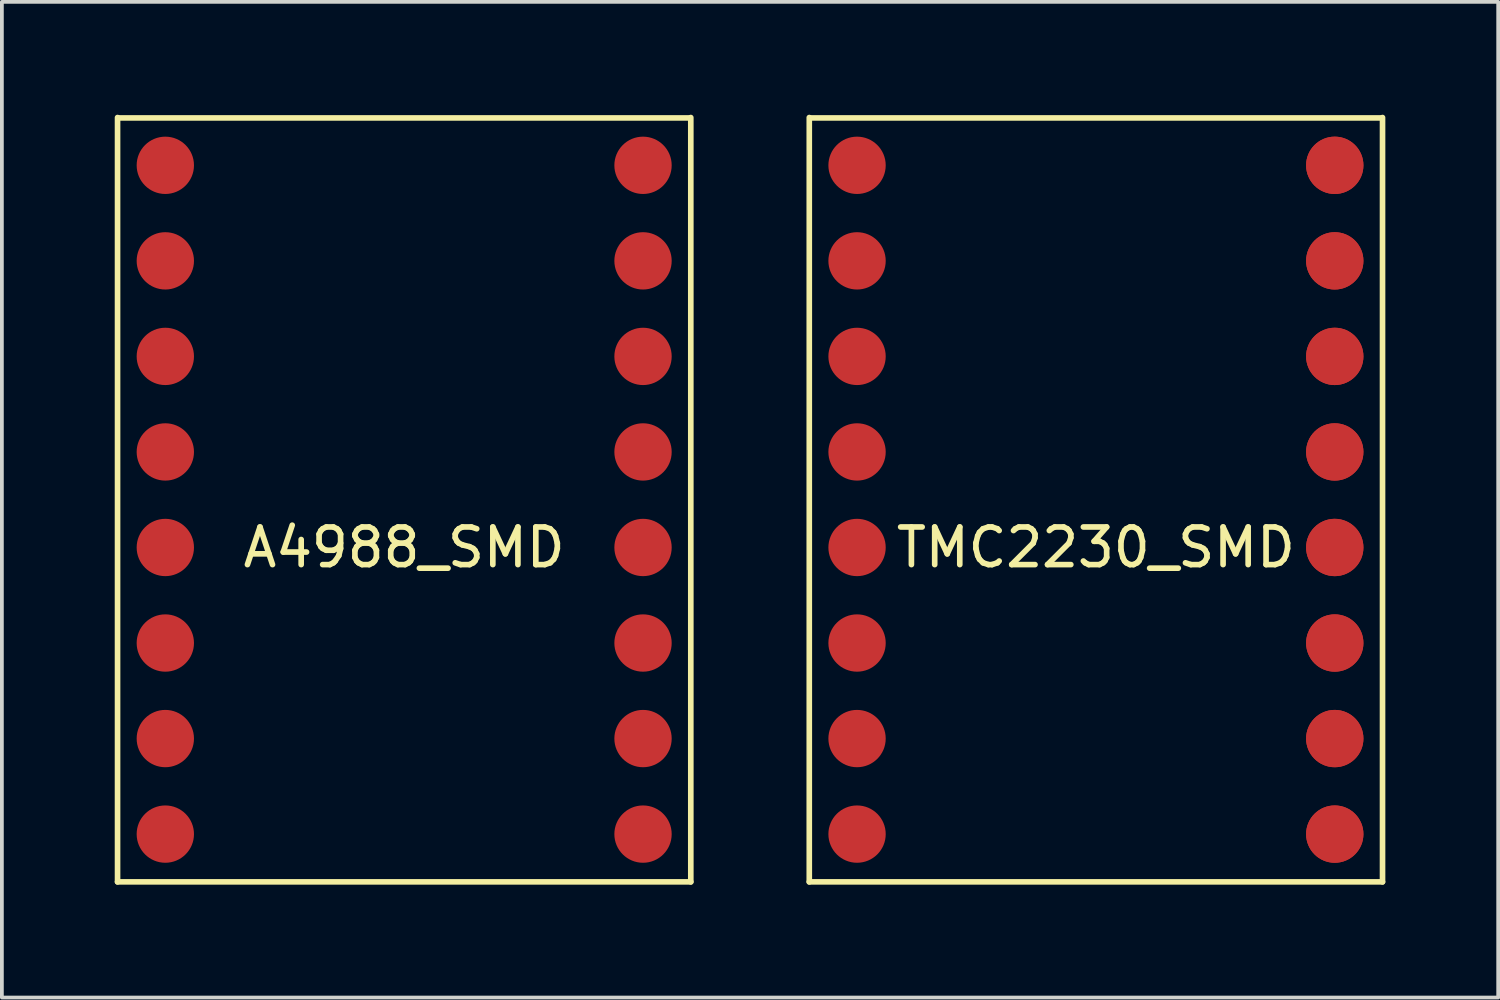
<source format=kicad_pcb>
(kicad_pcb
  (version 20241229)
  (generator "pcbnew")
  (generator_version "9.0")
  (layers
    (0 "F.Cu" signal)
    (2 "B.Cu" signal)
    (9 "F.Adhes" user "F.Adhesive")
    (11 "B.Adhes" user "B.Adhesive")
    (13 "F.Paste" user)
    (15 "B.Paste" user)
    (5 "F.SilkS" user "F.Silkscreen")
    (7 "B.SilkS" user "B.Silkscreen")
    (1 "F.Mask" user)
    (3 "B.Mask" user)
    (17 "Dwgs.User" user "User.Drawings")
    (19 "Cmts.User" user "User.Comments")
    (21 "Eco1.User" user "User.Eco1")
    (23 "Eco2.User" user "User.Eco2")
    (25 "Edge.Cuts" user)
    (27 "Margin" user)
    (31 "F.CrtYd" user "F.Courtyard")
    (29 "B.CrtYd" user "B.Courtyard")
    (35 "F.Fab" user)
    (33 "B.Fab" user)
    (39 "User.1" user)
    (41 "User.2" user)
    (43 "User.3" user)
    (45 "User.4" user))
  (footprint "A4988_SMD"
    (layer "F.Cu")
    (at 7.695 10.235)
    (property "Reference" "A4988_SMD" (at 0 1.27 0) (layer "F.SilkS") (effects (font (size 1 1) (thickness 0.15))))
    (attr through_hole)
    (fp_line (start -7.62 -10.16) (end -7.62 10.16) (stroke (width 0.15) (type solid)) (layer "F.SilkS"))
    (fp_line (start -7.62 10.16) (end 7.62 10.16) (stroke (width 0.15) (type solid)) (layer "F.SilkS"))
    (fp_line (start -7.6 -10.15) (end 7.6 -10.15) (stroke (width 0.15) (type solid)) (layer "F.SilkS"))
    (fp_line (start 7.62 10.16) (end 7.62 -10.16) (stroke (width 0.15) (type solid)) (layer "F.SilkS"))
    (pad "1" smd circle (at -6.35 -8.89) (size 1.524 1.524) (layers "F.Cu" "F.Mask" "F.Paste"))
    (pad "2" smd circle (at -6.35 -6.35) (size 1.524 1.524) (layers "F.Cu" "F.Mask" "F.Paste"))
    (pad "3" smd circle (at -6.35 -3.81) (size 1.524 1.524) (layers "F.Cu" "F.Mask" "F.Paste"))
    (pad "4" smd circle (at -6.35 -1.27) (size 1.524 1.524) (layers "F.Cu" "F.Mask" "F.Paste"))
    (pad "5" smd circle (at -6.35 1.27) (size 1.524 1.524) (layers "F.Cu" "F.Mask" "F.Paste"))
    (pad "6" smd circle (at -6.35 3.81) (size 1.524 1.524) (layers "F.Cu" "F.Mask" "F.Paste"))
    (pad "7" smd circle (at -6.35 6.35) (size 1.524 1.524) (layers "F.Cu" "F.Mask" "F.Paste"))
    (pad "8" smd circle (at -6.35 8.89) (size 1.524 1.524) (layers "F.Cu" "F.Mask" "F.Paste"))
    (pad "9" smd circle (at 6.35 8.89) (size 1.524 1.524) (layers "F.Cu" "F.Mask" "F.Paste"))
    (pad "10" smd circle (at 6.35 6.35) (size 1.524 1.524) (layers "F.Cu" "F.Mask" "F.Paste"))
    (pad "11" smd circle (at 6.35 3.81) (size 1.524 1.524) (layers "F.Cu" "F.Mask" "F.Paste"))
    (pad "12" smd circle (at 6.35 1.27) (size 1.524 1.524) (layers "F.Cu" "F.Mask" "F.Paste"))
    (pad "13" smd circle (at 6.35 -1.27) (size 1.524 1.524) (layers "F.Cu" "F.Mask" "F.Paste"))
    (pad "14" smd circle (at 6.35 -3.81) (size 1.524 1.524) (layers "F.Cu" "F.Mask" "F.Paste"))
    (pad "15" smd circle (at 6.35 -6.35) (size 1.524 1.524) (layers "F.Cu" "F.Mask" "F.Paste"))
    (pad "16" smd circle (at 6.35 -8.89) (size 1.524 1.524) (layers "F.Cu" "F.Mask" "F.Paste")))
  (footprint "TMC2230_SMD"
    (layer "F.Cu")
    (at 29.133 10.235)
    (property "Reference" "TMC2230_SMD" (at -3.048 1.27 0) (layer "F.SilkS") (effects (font (size 1 1) (thickness 0.15))))
    (attr through_hole)
    (fp_line (start -10.668 10.16) (end -10.668 -10.16) (stroke (width 0.15) (type solid)) (layer "F.SilkS"))
    (fp_line (start 4.552 -10.15) (end -10.648 -10.15) (stroke (width 0.15) (type solid)) (layer "F.SilkS"))
    (fp_line (start 4.572 -10.16) (end 4.572 10.16) (stroke (width 0.15) (type solid)) (layer "F.SilkS"))
    (fp_line (start 4.572 10.16) (end -10.668 10.16) (stroke (width 0.15) (type solid)) (layer "F.SilkS"))
    (pad "1" smd circle (at 3.302 -8.89) (size 1.524 1.524) (layers "F.Cu" "F.Mask" "F.Paste"))
    (pad "1" smd circle (at 3.302 -8.89) (size 1.524 1.524) (layers "F.Cu" "F.Mask" "F.Paste"))
    (pad "2" smd circle (at 3.302 -6.35) (size 1.524 1.524) (layers "F.Cu" "F.Mask" "F.Paste"))
    (pad "2" smd circle (at 3.302 -6.35) (size 1.524 1.524) (layers "F.Cu" "F.Mask" "F.Paste"))
    (pad "3" smd circle (at 3.302 -3.81) (size 1.524 1.524) (layers "F.Cu" "F.Mask" "F.Paste"))
    (pad "3" smd circle (at 3.302 -3.81) (size 1.524 1.524) (layers "F.Cu" "F.Mask" "F.Paste"))
    (pad "4" smd circle (at 3.302 -1.27) (size 1.524 1.524) (layers "F.Cu" "F.Mask" "F.Paste"))
    (pad "4" smd circle (at 3.302 -1.27) (size 1.524 1.524) (layers "F.Cu" "F.Mask" "F.Paste"))
    (pad "5" smd circle (at 3.302 1.27) (size 1.524 1.524) (layers "F.Cu" "F.Mask" "F.Paste"))
    (pad "5" smd circle (at 3.302 1.27) (size 1.524 1.524) (layers "F.Cu" "F.Mask" "F.Paste"))
    (pad "6" smd circle (at 3.302 3.81) (size 1.524 1.524) (layers "F.Cu" "F.Mask" "F.Paste"))
    (pad "6" smd circle (at 3.302 3.81) (size 1.524 1.524) (layers "F.Cu" "F.Mask" "F.Paste"))
    (pad "7" smd circle (at 3.302 6.35) (size 1.524 1.524) (layers "F.Cu" "F.Mask" "F.Paste"))
    (pad "7" smd circle (at 3.302 6.35) (size 1.524 1.524) (layers "F.Cu" "F.Mask" "F.Paste"))
    (pad "8" smd circle (at 3.302 8.89) (size 1.524 1.524) (layers "F.Cu" "F.Mask" "F.Paste"))
    (pad "8" smd circle (at 3.302 8.89) (size 1.524 1.524) (layers "F.Cu" "F.Mask" "F.Paste"))
    (pad "9" smd circle (at -9.398 8.89) (size 1.524 1.524) (layers "F.Cu" "F.Mask" "F.Paste"))
    (pad "10" smd circle (at -9.398 6.35) (size 1.524 1.524) (layers "F.Cu" "F.Mask" "F.Paste"))
    (pad "11" smd circle (at -9.398 3.81) (size 1.524 1.524) (layers "F.Cu" "F.Mask" "F.Paste"))
    (pad "12" smd circle (at -9.398 1.27) (size 1.524 1.524) (layers "F.Cu" "F.Mask" "F.Paste"))
    (pad "13" smd circle (at -9.398 -1.27) (size 1.524 1.524) (layers "F.Cu" "F.Mask" "F.Paste"))
    (pad "14" smd circle (at -9.398 -3.81) (size 1.524 1.524) (layers "F.Cu" "F.Mask" "F.Paste"))
    (pad "15" smd circle (at -9.398 -6.35) (size 1.524 1.524) (layers "F.Cu" "F.Mask" "F.Paste"))
    (pad "16" smd circle (at -9.398 -8.89) (size 1.524 1.524) (layers "F.Cu" "F.Mask" "F.Paste")))
  (gr_rect
    (start -3 -3)
    (end 36.78 23.47)
    (stroke (width 0.1) (type default))
    (fill no)
    (layer "Edge.Cuts")))
</source>
